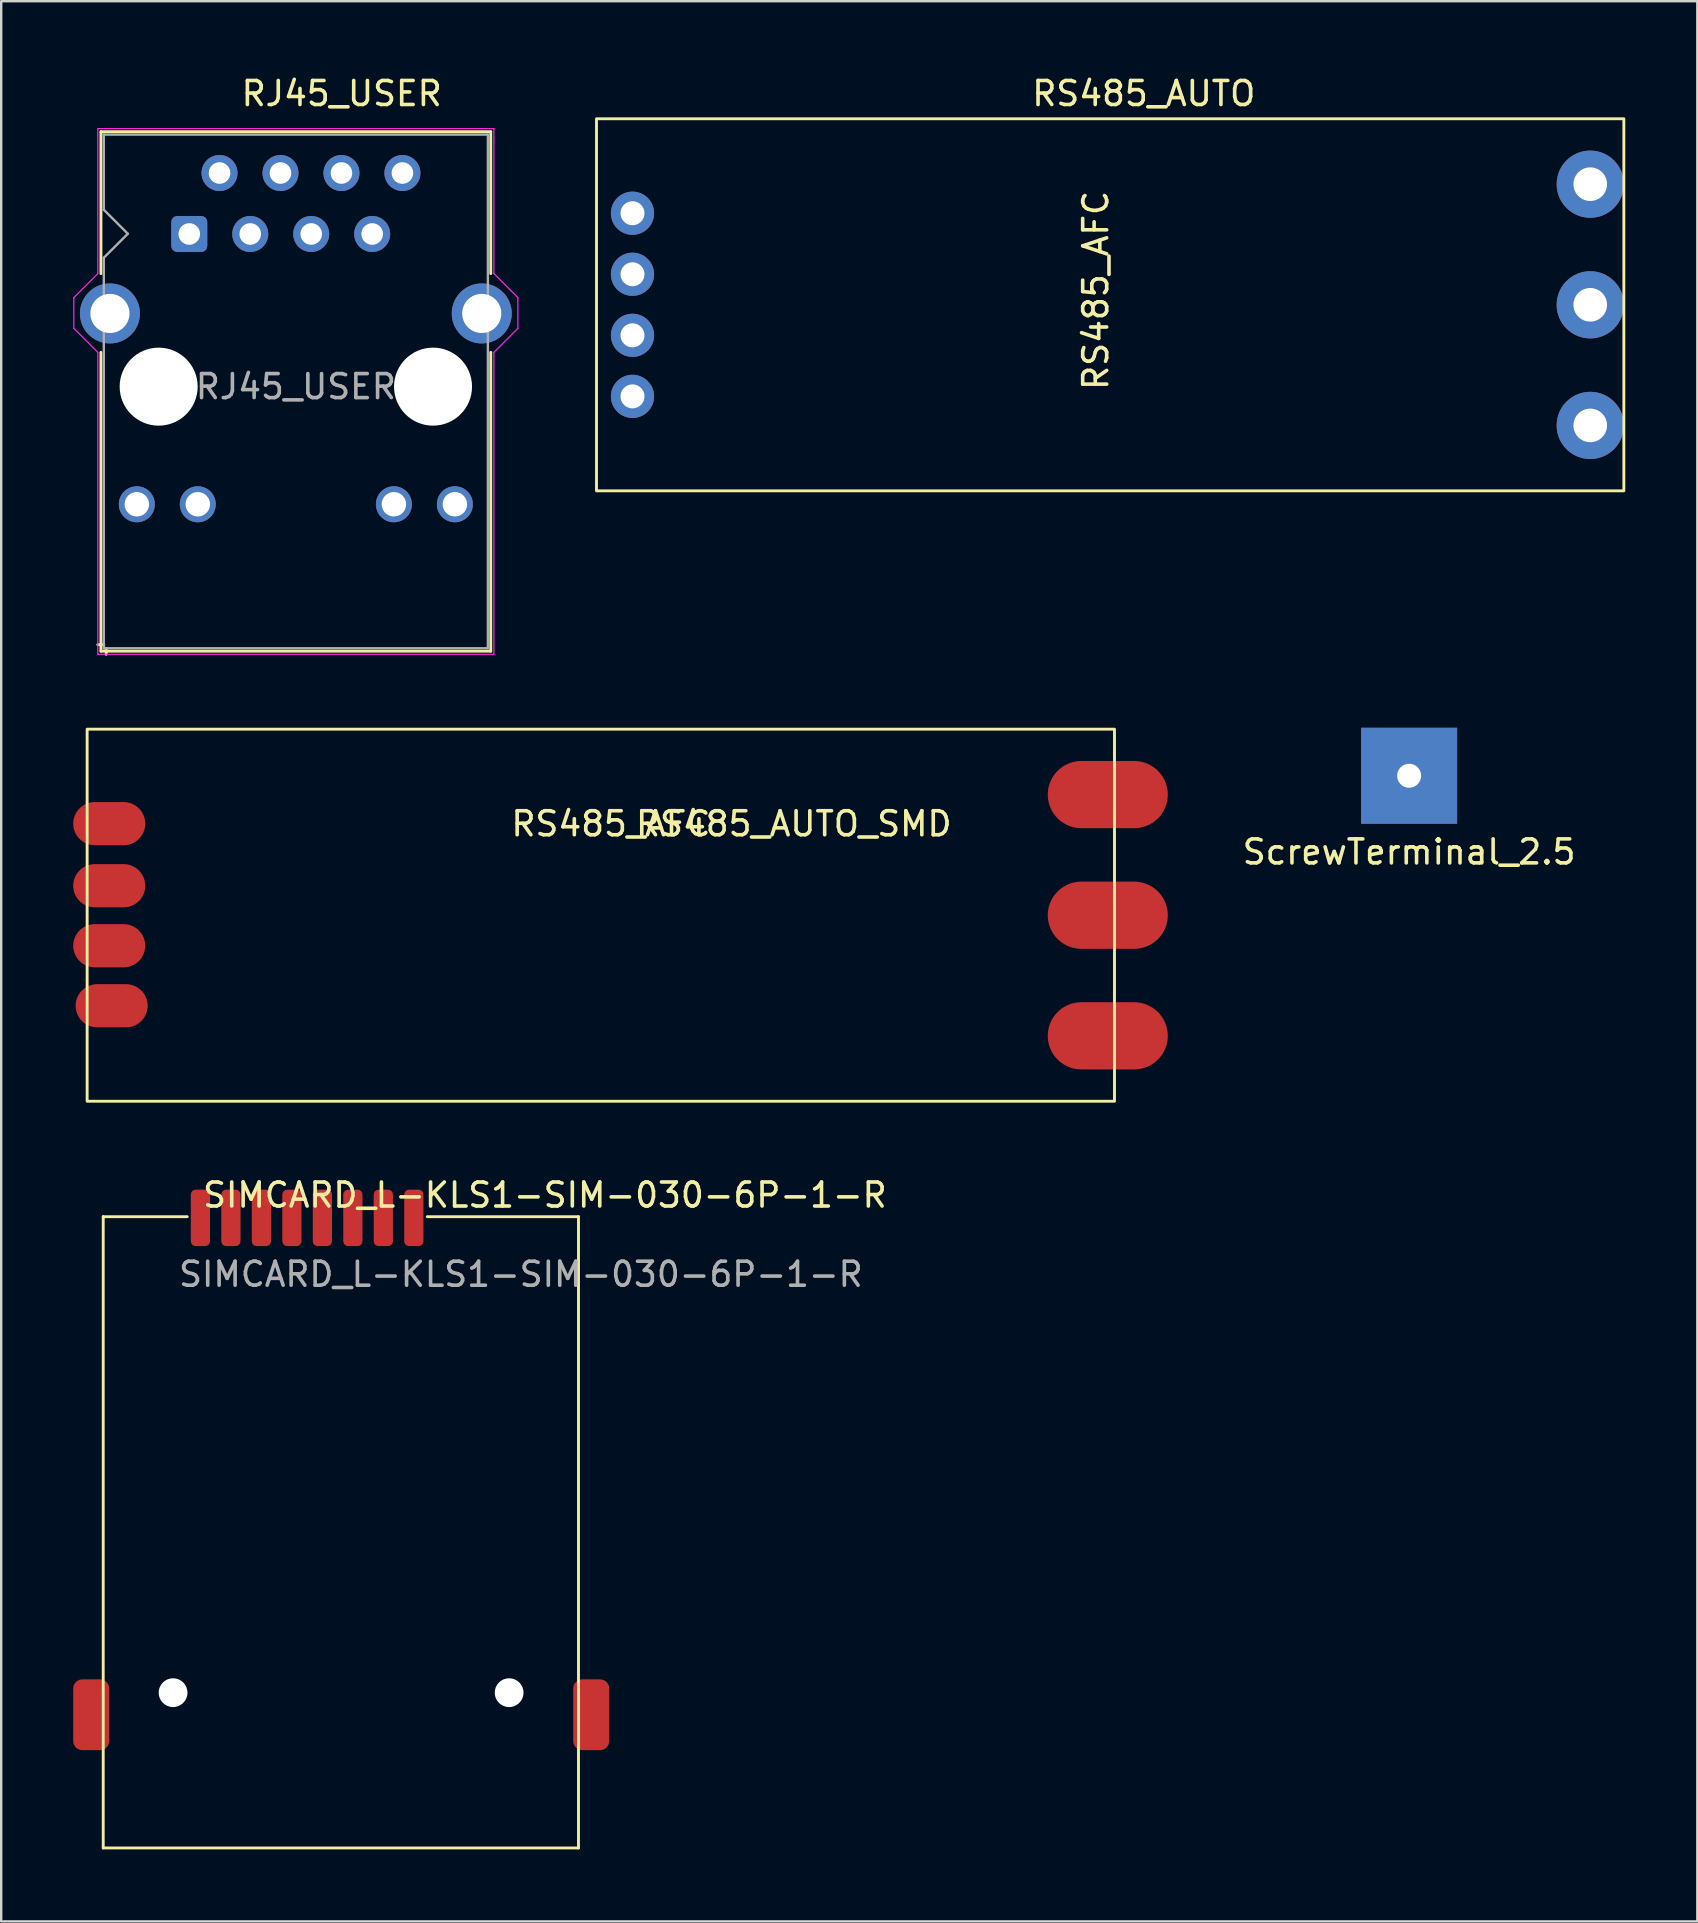
<source format=kicad_pcb>
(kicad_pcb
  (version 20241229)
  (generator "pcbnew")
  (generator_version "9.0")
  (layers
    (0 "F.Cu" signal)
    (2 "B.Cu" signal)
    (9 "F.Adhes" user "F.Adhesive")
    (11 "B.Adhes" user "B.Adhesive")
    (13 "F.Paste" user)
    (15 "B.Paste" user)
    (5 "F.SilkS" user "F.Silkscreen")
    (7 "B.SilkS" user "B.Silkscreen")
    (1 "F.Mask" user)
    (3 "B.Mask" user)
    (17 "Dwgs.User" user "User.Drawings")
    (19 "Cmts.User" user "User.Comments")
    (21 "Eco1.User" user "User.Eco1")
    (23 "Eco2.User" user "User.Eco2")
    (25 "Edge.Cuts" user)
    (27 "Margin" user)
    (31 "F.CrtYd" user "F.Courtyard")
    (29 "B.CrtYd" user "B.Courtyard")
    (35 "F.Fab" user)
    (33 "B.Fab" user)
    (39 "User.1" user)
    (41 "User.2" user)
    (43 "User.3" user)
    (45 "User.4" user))
  (footprint "ScrewTerminal_2.5"
    (layer "F.Cu")
    (at 55.654 29.268)
    (property "Reference" "ScrewTerminal_2.5" (at 0 3.175 0) (layer "F.SilkS") (effects (font (size 1 1) (thickness 0.15))))
    (attr through_hole)
    (pad "1" thru_hole rect (at 0 0) (size 4 4) (drill 1) (layers "B.Cu")))
  (footprint "RJ45_USER"
    (layer "F.Cu")
    (at 4.835 6.698)
    (property "Reference" "RJ45_USER" (at 6.35 -5.85 0) (layer "F.SilkS") (effects (font (size 1 1) (thickness 0.15))))
    (attr through_hole)
    (fp_line (start -3.68 -4.26) (end -3.68 1.65) (stroke (width 0.12) (type solid)) (layer "F.SilkS"))
    (fp_line (start -3.68 -4.26) (end 12.56 -4.26) (stroke (width 0.12) (type solid)) (layer "F.SilkS"))
    (fp_line (start -3.68 4.93) (end -3.68 17.38) (stroke (width 0.12) (type solid)) (layer "F.SilkS"))
    (fp_line (start -3.56 17.11) (end -3.81 17.11) (stroke (width 0.12) (type solid)) (layer "F.SilkS"))
    (fp_line (start -3.46 17.26) (end -3.46 17.51) (stroke (width 0.12) (type solid)) (layer "F.SilkS"))
    (fp_line (start 12.56 -4.26) (end 12.56 1.65) (stroke (width 0.12) (type solid)) (layer "F.SilkS"))
    (fp_line (start 12.56 4.93) (end 12.56 17.38) (stroke (width 0.12) (type solid)) (layer "F.SilkS"))
    (fp_line (start 12.56 17.38) (end -3.68 17.38) (stroke (width 0.12) (type solid)) (layer "F.SilkS"))
    (fp_line (start -4.81 3.93) (end -4.81 2.65) (stroke (width 0.05) (type solid)) (layer "F.CrtYd"))
    (fp_line (start -4.81 3.93) (end -3.81 4.93) (stroke (width 0.05) (type solid)) (layer "F.CrtYd"))
    (fp_line (start -3.81 -4.39) (end 12.69 -4.39) (stroke (width 0.05) (type solid)) (layer "F.CrtYd"))
    (fp_line (start -3.81 1.65) (end -4.81 2.65) (stroke (width 0.05) (type solid)) (layer "F.CrtYd"))
    (fp_line (start -3.81 1.65) (end -3.81 -4.4) (stroke (width 0.05) (type solid)) (layer "F.CrtYd"))
    (fp_line (start -3.81 4.93) (end -3.81 17.51) (stroke (width 0.05) (type solid)) (layer "F.CrtYd"))
    (fp_line (start -3.81 17.51) (end 12.69 17.51) (stroke (width 0.05) (type solid)) (layer "F.CrtYd"))
    (fp_line (start 12.69 1.65) (end 12.69 -4.39) (stroke (width 0.05) (type solid)) (layer "F.CrtYd"))
    (fp_line (start 12.69 1.65) (end 13.69 2.65) (stroke (width 0.05) (type solid)) (layer "F.CrtYd"))
    (fp_line (start 12.69 4.93) (end 12.69 17.51) (stroke (width 0.05) (type solid)) (layer "F.CrtYd"))
    (fp_line (start 13.69 3.93) (end 12.69 4.93) (stroke (width 0.05) (type solid)) (layer "F.CrtYd"))
    (fp_line (start 13.69 3.93) (end 13.69 2.65) (stroke (width 0.05) (type solid)) (layer "F.CrtYd"))
    (fp_line (start -3.56 -4.14) (end -3.56 -1.01) (stroke (width 0.1) (type solid)) (layer "F.Fab"))
    (fp_line (start -3.56 -4.14) (end 12.44 -4.14) (stroke (width 0.1) (type solid)) (layer "F.Fab"))
    (fp_line (start -3.56 0.99) (end -3.56 17.26) (stroke (width 0.1) (type solid)) (layer "F.Fab"))
    (fp_line (start -3.56 17.26) (end 12.44 17.26) (stroke (width 0.1) (type solid)) (layer "F.Fab"))
    (fp_line (start -2.56 -0.01) (end -3.56 -1.01) (stroke (width 0.1) (type solid)) (layer "F.Fab"))
    (fp_line (start -2.56 -0.01) (end -3.56 0.99) (stroke (width 0.1) (type solid)) (layer "F.Fab"))
    (fp_line (start 12.44 -4.14) (end 12.44 17.26) (stroke (width 0.1) (type solid)) (layer "F.Fab"))
    (fp_text user "${REFERENCE}" (at 4.44 6.36 0) (layer "F.Fab") (effects (font (size 1 1) (thickness 0.15))))
    (pad "" np_thru_hole circle (at -1.275 6.36) (size 3.25 3.25) (drill 3.25) (layers "*.Cu" "*.Mask"))
    (pad "" np_thru_hole circle (at 10.155 6.36) (size 3.25 3.25) (drill 3.25) (layers "*.Cu" "*.Mask"))
    (pad "1" thru_hole roundrect (at 0 0) (size 1.5 1.5) (drill 0.9) (layers "*.Cu" "*.Mask") (roundrect_rratio 0.167))
    (pad "2" thru_hole circle (at 1.26 -2.54) (size 1.5 1.5) (drill 0.9) (layers "*.Cu" "*.Mask"))
    (pad "3" thru_hole circle (at 2.54 0) (size 1.5 1.5) (drill 0.9) (layers "*.Cu" "*.Mask"))
    (pad "4" thru_hole circle (at 3.8 -2.54) (size 1.5 1.5) (drill 0.9) (layers "*.Cu" "*.Mask"))
    (pad "5" thru_hole circle (at 5.08 0) (size 1.5 1.5) (drill 0.9) (layers "*.Cu" "*.Mask"))
    (pad "6" thru_hole circle (at 6.34 -2.54 90) (size 1.5 1.5) (drill 0.9) (layers "*.Cu" "*.Mask"))
    (pad "7" thru_hole circle (at 7.62 0) (size 1.5 1.5) (drill 0.9) (layers "*.Cu" "*.Mask"))
    (pad "8" thru_hole circle (at 8.88 -2.54) (size 1.5 1.5) (drill 0.9) (layers "*.Cu" "*.Mask"))
    (pad "9" thru_hole circle (at -2.185 11.26) (size 1.5 1.5) (drill 1.02) (layers "*.Cu" "*.Mask"))
    (pad "10" thru_hole circle (at 0.355 11.26) (size 1.5 1.5) (drill 1.02) (layers "*.Cu" "*.Mask"))
    (pad "11" thru_hole circle (at 8.525 11.26) (size 1.5 1.5) (drill 1.02) (layers "*.Cu" "*.Mask"))
    (pad "12" thru_hole circle (at 11.065 11.26) (size 1.5 1.5) (drill 1.02) (layers "*.Cu" "*.Mask"))
    (pad "SH" thru_hole circle (at -3.305 3.31) (size 2.5 2.5) (drill 1.63) (layers "*.Cu" "*.Mask"))
    (pad "SH" thru_hole circle (at 12.185 3.31) (size 2.5 2.5) (drill 1.63) (layers "*.Cu" "*.Mask")))
  (footprint "RS485_AUTO_SMD"
    (layer "F.Cu")
    (at 22.4 36.35)
    (property "Reference" "RS485_AUTO_SMD" (at 7.62 -5.08 0) (unlocked yes) (layer "F.SilkS") (effects (font (size 1 1) (thickness 0.15))))
    (attr smd)
    (fp_rect (start -21.82 -9.022) (end 20.98 6.478) (stroke (width 0.12) (type solid)) (fill no) (layer "F.SilkS"))
    (fp_text user "RS485_AFC" (at 0 -5.08 0) (unlocked yes) (layer "F.SilkS") (effects (font (size 1 1) (thickness 0.15))))
    (pad "1" smd oval (at -20.9 -5.087) (size 3 1.8) (layers "F.Cu" "F.Mask" "F.Paste"))
    (pad "2" smd oval (at -20.9 -2.5) (size 3 1.8) (layers "F.Cu" "F.Mask" "F.Paste"))
    (pad "3" smd oval (at -20.9 0) (size 3 1.8) (layers "F.Cu" "F.Mask" "F.Paste"))
    (pad "4" smd oval (at -20.8 2.5) (size 3 1.8) (layers "F.Cu" "F.Mask" "F.Paste"))
    (pad "5" smd oval (at 20.7 -6.297) (size 5 2.8) (layers "F.Cu" "F.Mask" "F.Paste"))
    (pad "6" smd oval (at 20.7 -1.272) (size 5 2.8) (layers "F.Cu" "F.Mask" "F.Paste"))
    (pad "7" smd oval (at 20.7 3.753) (size 5 2.8) (layers "F.Cu" "F.Mask" "F.Paste")))
  (footprint "SIMCARD_L-KLS1-SIM-030-6P-1-R"
    (layer "F.Cu")
    (at 9.55 68.737)
    (property "Reference" "SIMCARD_L-KLS1-SIM-030-6P-1-R" (at 10.1 -22 0) (unlocked yes) (layer "F.SilkS") (effects (font (size 1 1) (thickness 0.15))))
    (attr smd)
    (fp_line (start -8.3 -21.1) (end -4.8 -21.1) (stroke (width 0.12) (type solid)) (layer "F.SilkS"))
    (fp_line (start -8.3 5.2) (end -8.3 -21.1) (stroke (width 0.12) (type solid)) (layer "F.SilkS"))
    (fp_line (start 11.5 -21.1) (end 5.2 -21.1) (stroke (width 0.12) (type solid)) (layer "F.SilkS"))
    (fp_line (start 11.5 -21.1) (end 11.5 5.2) (stroke (width 0.12) (type solid)) (layer "F.SilkS"))
    (fp_line (start 11.5 5.2) (end -8.3 5.2) (stroke (width 0.12) (type solid)) (layer "F.SilkS"))
    (fp_text user "${REFERENCE}" (at 9.1 -18.7 0) (unlocked yes) (layer "F.Fab") (effects (font (size 1 1) (thickness 0.15))))
    (pad "" np_thru_hole circle (at -5.39 -1.27 90) (size 1.2 1.2) (drill 1.2) (layers "*.Cu" "*.Mask"))
    (pad "" np_thru_hole circle (at 8.61 -1.27 90) (size 1.2 1.2) (drill 1.2) (layers "*.Cu" "*.Mask"))
    (pad "C1" smd roundrect (at 4.64 -21.05 90) (size 2.35 0.8) (layers "F.Cu" "F.Mask" "F.Paste") (roundrect_rratio 0.25))
    (pad "C2" smd roundrect (at 2.1 -21.05 90) (size 2.35 0.8) (layers "F.Cu" "F.Mask" "F.Paste") (roundrect_rratio 0.25))
    (pad "C3" smd roundrect (at -0.44 -21.05 90) (size 2.35 0.8) (layers "F.Cu" "F.Mask" "F.Paste") (roundrect_rratio 0.25))
    (pad "C5" smd roundrect (at 3.37 -21.05 90) (size 2.35 0.8) (layers "F.Cu" "F.Mask" "F.Paste") (roundrect_rratio 0.25))
    (pad "C6" smd roundrect (at 0.83 -21.05 90) (size 2.35 0.8) (layers "F.Cu" "F.Mask" "F.Paste") (roundrect_rratio 0.25))
    (pad "C7" smd roundrect (at -1.71 -21.05 90) (size 2.35 0.8) (layers "F.Cu" "F.Mask" "F.Paste") (roundrect_rratio 0.25))
    (pad "NC" smd roundrect (at -8.8 -0.35 90) (size 2.95 1.5) (layers "F.Cu" "F.Mask" "F.Paste") (roundrect_rratio 0.25))
    (pad "NC" smd roundrect (at 12.03 -0.35 90) (size 2.95 1.5) (layers "F.Cu" "F.Mask" "F.Paste") (roundrect_rratio 0.25))
    (pad "SW1" smd roundrect (at -2.98 -21.05 90) (size 2.35 0.8) (layers "F.Cu" "F.Mask" "F.Paste") (roundrect_rratio 0.25))
    (pad "SW2" smd roundrect (at -4.25 -21.05 90) (size 2.35 0.8) (layers "F.Cu" "F.Mask" "F.Paste") (roundrect_rratio 0.25)))
  (footprint "RS485_AUTO"
    (layer "F.Cu")
    (at 21.8 9.648)
    (property "Reference" "RS485_AUTO" (at 22.8 -8.8 0) (unlocked yes) (layer "F.SilkS") (effects (font (size 1 1) (thickness 0.15))))
    (attr through_hole)
    (fp_rect (start 0 -7.75) (end 42.8 7.75) (stroke (width 0.12) (type solid)) (fill no) (layer "F.SilkS"))
    (fp_text user "RS485_AFC" (at 20.8 -0.6 90) (unlocked yes) (layer "F.SilkS") (effects (font (size 1 1) (thickness 0.15))))
    (pad "1" thru_hole circle (at 1.5 -3.815) (size 1.8 1.8) (drill 1) (layers "*.Cu" "*.Mask"))
    (pad "2" thru_hole circle (at 1.5 -1.272) (size 1.8 1.8) (drill 1) (layers "*.Cu" "*.Mask"))
    (pad "3" thru_hole circle (at 1.5 1.272) (size 1.8 1.8) (drill 1) (layers "*.Cu" "*.Mask"))
    (pad "4" thru_hole circle (at 1.5 3.815) (size 1.8 1.8) (drill 1) (layers "*.Cu" "*.Mask"))
    (pad "5" thru_hole circle (at 41.4 -5.025) (size 2.8 2.8) (drill 1.4) (layers "*.Cu" "*.Mask"))
    (pad "6" thru_hole circle (at 41.4 0) (size 2.8 2.8) (drill 1.4) (layers "*.Cu" "*.Mask"))
    (pad "7" thru_hole circle (at 41.4 5.025) (size 2.8 2.8) (drill 1.4) (layers "*.Cu" "*.Mask")))
  (gr_rect
    (start -3 -3)
    (end 67.66 76.996)
    (stroke (width 0.1) (type default))
    (fill no)
    (layer "Edge.Cuts")))
</source>
